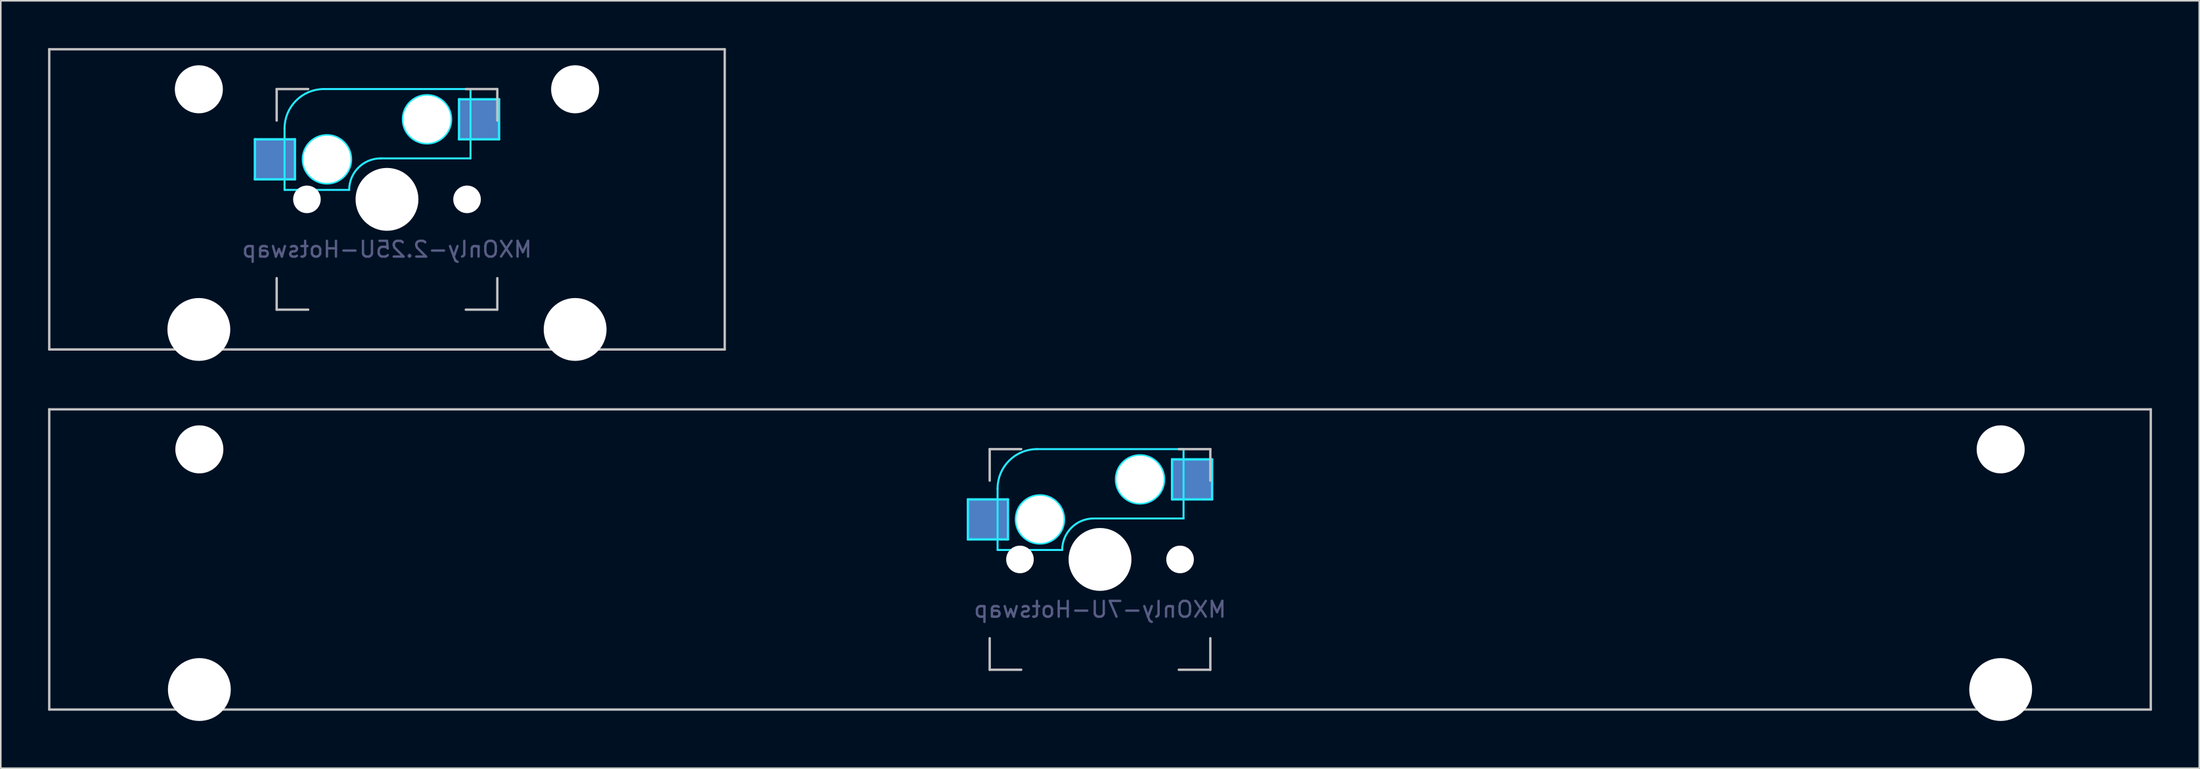
<source format=kicad_pcb>
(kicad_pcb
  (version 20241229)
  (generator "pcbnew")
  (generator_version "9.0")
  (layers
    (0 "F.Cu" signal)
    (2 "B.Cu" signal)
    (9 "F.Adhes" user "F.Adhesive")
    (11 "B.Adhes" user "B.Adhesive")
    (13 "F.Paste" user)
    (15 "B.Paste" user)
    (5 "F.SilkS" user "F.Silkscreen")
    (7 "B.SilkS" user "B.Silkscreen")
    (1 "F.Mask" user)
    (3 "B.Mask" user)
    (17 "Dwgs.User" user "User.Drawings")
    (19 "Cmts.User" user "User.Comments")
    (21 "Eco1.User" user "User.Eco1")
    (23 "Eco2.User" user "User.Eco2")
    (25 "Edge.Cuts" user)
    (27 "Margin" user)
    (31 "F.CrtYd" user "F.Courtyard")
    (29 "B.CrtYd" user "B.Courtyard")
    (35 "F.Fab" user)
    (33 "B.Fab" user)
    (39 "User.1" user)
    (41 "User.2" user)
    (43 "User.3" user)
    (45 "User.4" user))
  (footprint "MXOnly-7U-Hotswap"
    (layer "F.Cu")
    (at 66.75 32.449)
    (property "Reference" "MXOnly-7U-Hotswap" (at 0 3.175 0) (layer "B.Fab") (effects (font (size 1 1) (thickness 0.15)) (justify mirror)))
    (attr smd)
    (fp_line (start -66.675 -9.525) (end 66.675 -9.525) (stroke (width 0.15) (type solid)) (layer "Dwgs.User"))
    (fp_line (start -66.675 9.525) (end -66.675 -9.525) (stroke (width 0.15) (type solid)) (layer "Dwgs.User"))
    (fp_line (start -7 -7) (end -7 -5) (stroke (width 0.15) (type solid)) (layer "Dwgs.User"))
    (fp_line (start -7 5) (end -7 7) (stroke (width 0.15) (type solid)) (layer "Dwgs.User"))
    (fp_line (start -7 7) (end -5 7) (stroke (width 0.15) (type solid)) (layer "Dwgs.User"))
    (fp_line (start -5 -7) (end -7 -7) (stroke (width 0.15) (type solid)) (layer "Dwgs.User"))
    (fp_line (start 5 -7) (end 7 -7) (stroke (width 0.15) (type solid)) (layer "Dwgs.User"))
    (fp_line (start 5 7) (end 7 7) (stroke (width 0.15) (type solid)) (layer "Dwgs.User"))
    (fp_line (start 7 -7) (end 7 -5) (stroke (width 0.15) (type solid)) (layer "Dwgs.User"))
    (fp_line (start 7 7) (end 7 5) (stroke (width 0.15) (type solid)) (layer "Dwgs.User"))
    (fp_line (start 66.675 -9.525) (end 66.675 9.525) (stroke (width 0.15) (type solid)) (layer "Dwgs.User"))
    (fp_line (start 66.675 9.525) (end -66.675 9.525) (stroke (width 0.15) (type solid)) (layer "Dwgs.User"))
    (fp_line (start -8.382 -3.81) (end -5.842 -3.81) (stroke (width 0.15) (type solid)) (layer "B.CrtYd"))
    (fp_line (start -8.382 -1.27) (end -8.382 -3.81) (stroke (width 0.15) (type solid)) (layer "B.CrtYd"))
    (fp_line (start -6.5 -4.5) (end -6.5 -0.6) (stroke (width 0.127) (type solid)) (layer "B.CrtYd"))
    (fp_line (start -6.5 -0.6) (end -2.4 -0.6) (stroke (width 0.127) (type solid)) (layer "B.CrtYd"))
    (fp_line (start -5.842 -3.81) (end -5.842 -1.27) (stroke (width 0.15) (type solid)) (layer "B.CrtYd"))
    (fp_line (start -5.842 -1.27) (end -8.382 -1.27) (stroke (width 0.15) (type solid)) (layer "B.CrtYd"))
    (fp_line (start -0.4 -2.6) (end 5.3 -2.6) (stroke (width 0.127) (type solid)) (layer "B.CrtYd"))
    (fp_line (start 4.572 -6.35) (end 7.112 -6.35) (stroke (width 0.15) (type solid)) (layer "B.CrtYd"))
    (fp_line (start 4.572 -3.81) (end 4.572 -6.35) (stroke (width 0.15) (type solid)) (layer "B.CrtYd"))
    (fp_line (start 5.3 -7) (end -4 -7) (stroke (width 0.127) (type solid)) (layer "B.CrtYd"))
    (fp_line (start 5.3 -7) (end 5.3 -2.6) (stroke (width 0.127) (type solid)) (layer "B.CrtYd"))
    (fp_line (start 7.112 -6.35) (end 7.112 -3.81) (stroke (width 0.15) (type solid)) (layer "B.CrtYd"))
    (fp_line (start 7.112 -3.81) (end 4.572 -3.81) (stroke (width 0.15) (type solid)) (layer "B.CrtYd"))
    (fp_arc (start -6.5 -4.5) (mid -5.767767 -6.267767) (end -4 -7) (stroke (width 0.127) (type solid)) (layer "B.CrtYd"))
    (fp_arc (start -2.4 -0.6) (mid -1.814214 -2.014214) (end -0.4 -2.6) (stroke (width 0.127) (type solid)) (layer "B.CrtYd"))
    (fp_circle (center -3.81 -2.54) (end -3.81 -4.064) (stroke (width 0.15) (type solid)) (fill no) (layer "B.CrtYd"))
    (fp_circle (center 2.54 -5.08) (end 2.54 -6.604) (stroke (width 0.15) (type solid)) (fill no) (layer "B.CrtYd"))
    (pad "" np_thru_hole circle (at -57.15 -6.985) (size 3.048 3.048) (drill 3.048) (layers "*.Cu" "*.Mask"))
    (pad "" np_thru_hole circle (at -57.15 8.255) (size 3.988 3.988) (drill 3.988) (layers "*.Cu" "*.Mask"))
    (pad "" np_thru_hole circle (at -5.08 0 48.1) (size 1.75 1.75) (drill 1.75) (layers "*.Cu" "*.Mask"))
    (pad "" np_thru_hole circle (at -3.81 -2.54) (size 3 3) (drill 3) (layers "*.Cu" "*.Mask"))
    (pad "" np_thru_hole circle (at 0 0) (size 3.988 3.988) (drill 3.988) (layers "*.Cu" "*.Mask"))
    (pad "" np_thru_hole circle (at 2.54 -5.08) (size 3 3) (drill 3) (layers "*.Cu" "*.Mask"))
    (pad "" np_thru_hole circle (at 5.08 0 48.1) (size 1.75 1.75) (drill 1.75) (layers "*.Cu" "*.Mask"))
    (pad "" np_thru_hole circle (at 57.15 -6.985) (size 3.048 3.048) (drill 3.048) (layers "*.Cu" "*.Mask"))
    (pad "" np_thru_hole circle (at 57.15 8.255) (size 3.988 3.988) (drill 3.988) (layers "*.Cu" "*.Mask"))
    (pad "1" smd rect (at -7.085 -2.54) (size 2.55 2.5) (layers "B.Cu" "B.Mask" "B.Paste"))
    (pad "2" smd rect (at 5.842 -5.08) (size 2.55 2.5) (layers "B.Cu" "B.Mask" "B.Paste")))
  (footprint "MXOnly-2.25U-Hotswap"
    (layer "F.Cu")
    (at 21.506 9.6)
    (property "Reference" "MXOnly-2.25U-Hotswap" (at 0 3.175 0) (layer "B.Fab") (effects (font (size 1 1) (thickness 0.15)) (justify mirror)))
    (attr smd)
    (fp_line (start -21.431 -9.525) (end 21.431 -9.525) (stroke (width 0.15) (type solid)) (layer "Dwgs.User"))
    (fp_line (start -21.431 9.525) (end -21.431 -9.525) (stroke (width 0.15) (type solid)) (layer "Dwgs.User"))
    (fp_line (start -7 -7) (end -7 -5) (stroke (width 0.15) (type solid)) (layer "Dwgs.User"))
    (fp_line (start -7 5) (end -7 7) (stroke (width 0.15) (type solid)) (layer "Dwgs.User"))
    (fp_line (start -7 7) (end -5 7) (stroke (width 0.15) (type solid)) (layer "Dwgs.User"))
    (fp_line (start -5 -7) (end -7 -7) (stroke (width 0.15) (type solid)) (layer "Dwgs.User"))
    (fp_line (start 5 -7) (end 7 -7) (stroke (width 0.15) (type solid)) (layer "Dwgs.User"))
    (fp_line (start 5 7) (end 7 7) (stroke (width 0.15) (type solid)) (layer "Dwgs.User"))
    (fp_line (start 7 -7) (end 7 -5) (stroke (width 0.15) (type solid)) (layer "Dwgs.User"))
    (fp_line (start 7 7) (end 7 5) (stroke (width 0.15) (type solid)) (layer "Dwgs.User"))
    (fp_line (start 21.431 -9.525) (end 21.431 9.525) (stroke (width 0.15) (type solid)) (layer "Dwgs.User"))
    (fp_line (start 21.431 9.525) (end -21.431 9.525) (stroke (width 0.15) (type solid)) (layer "Dwgs.User"))
    (fp_line (start -8.382 -3.81) (end -5.842 -3.81) (stroke (width 0.15) (type solid)) (layer "B.CrtYd"))
    (fp_line (start -8.382 -1.27) (end -8.382 -3.81) (stroke (width 0.15) (type solid)) (layer "B.CrtYd"))
    (fp_line (start -6.5 -4.5) (end -6.5 -0.6) (stroke (width 0.127) (type solid)) (layer "B.CrtYd"))
    (fp_line (start -6.5 -0.6) (end -2.4 -0.6) (stroke (width 0.127) (type solid)) (layer "B.CrtYd"))
    (fp_line (start -5.842 -3.81) (end -5.842 -1.27) (stroke (width 0.15) (type solid)) (layer "B.CrtYd"))
    (fp_line (start -5.842 -1.27) (end -8.382 -1.27) (stroke (width 0.15) (type solid)) (layer "B.CrtYd"))
    (fp_line (start -0.4 -2.6) (end 5.3 -2.6) (stroke (width 0.127) (type solid)) (layer "B.CrtYd"))
    (fp_line (start 4.572 -6.35) (end 7.112 -6.35) (stroke (width 0.15) (type solid)) (layer "B.CrtYd"))
    (fp_line (start 4.572 -3.81) (end 4.572 -6.35) (stroke (width 0.15) (type solid)) (layer "B.CrtYd"))
    (fp_line (start 5.3 -7) (end -4 -7) (stroke (width 0.127) (type solid)) (layer "B.CrtYd"))
    (fp_line (start 5.3 -7) (end 5.3 -2.6) (stroke (width 0.127) (type solid)) (layer "B.CrtYd"))
    (fp_line (start 7.112 -6.35) (end 7.112 -3.81) (stroke (width 0.15) (type solid)) (layer "B.CrtYd"))
    (fp_line (start 7.112 -3.81) (end 4.572 -3.81) (stroke (width 0.15) (type solid)) (layer "B.CrtYd"))
    (fp_arc (start -6.5 -4.5) (mid -5.767767 -6.267767) (end -4 -7) (stroke (width 0.127) (type solid)) (layer "B.CrtYd"))
    (fp_arc (start -2.4 -0.6) (mid -1.814214 -2.014214) (end -0.4 -2.6) (stroke (width 0.127) (type solid)) (layer "B.CrtYd"))
    (fp_circle (center -3.81 -2.54) (end -3.81 -4.064) (stroke (width 0.15) (type solid)) (fill no) (layer "B.CrtYd"))
    (fp_circle (center 2.54 -5.08) (end 2.54 -6.604) (stroke (width 0.15) (type solid)) (fill no) (layer "B.CrtYd"))
    (pad "" np_thru_hole circle (at -11.938 -6.985) (size 3.048 3.048) (drill 3.048) (layers "*.Cu" "*.Mask"))
    (pad "" np_thru_hole circle (at -11.938 8.255) (size 3.988 3.988) (drill 3.988) (layers "*.Cu" "*.Mask"))
    (pad "" np_thru_hole circle (at -5.08 0 48.1) (size 1.75 1.75) (drill 1.75) (layers "*.Cu" "*.Mask"))
    (pad "" np_thru_hole circle (at -3.81 -2.54) (size 3 3) (drill 3) (layers "*.Cu" "*.Mask"))
    (pad "" np_thru_hole circle (at 0 0) (size 3.988 3.988) (drill 3.988) (layers "*.Cu" "*.Mask"))
    (pad "" np_thru_hole circle (at 2.54 -5.08) (size 3 3) (drill 3) (layers "*.Cu" "*.Mask"))
    (pad "" np_thru_hole circle (at 5.08 0 48.1) (size 1.75 1.75) (drill 1.75) (layers "*.Cu" "*.Mask"))
    (pad "" np_thru_hole circle (at 11.938 -6.985) (size 3.048 3.048) (drill 3.048) (layers "*.Cu" "*.Mask"))
    (pad "" np_thru_hole circle (at 11.938 8.255) (size 3.988 3.988) (drill 3.988) (layers "*.Cu" "*.Mask"))
    (pad "1" smd rect (at -7.085 -2.54) (size 2.55 2.5) (layers "B.Cu" "B.Mask" "B.Paste"))
    (pad "2" smd rect (at 5.842 -5.08) (size 2.55 2.5) (layers "B.Cu" "B.Mask" "B.Paste")))
  (gr_rect
    (start -3 -3)
    (end 136.5 45.698)
    (stroke (width 0.1) (type default))
    (fill no)
    (layer "Edge.Cuts")))
</source>
